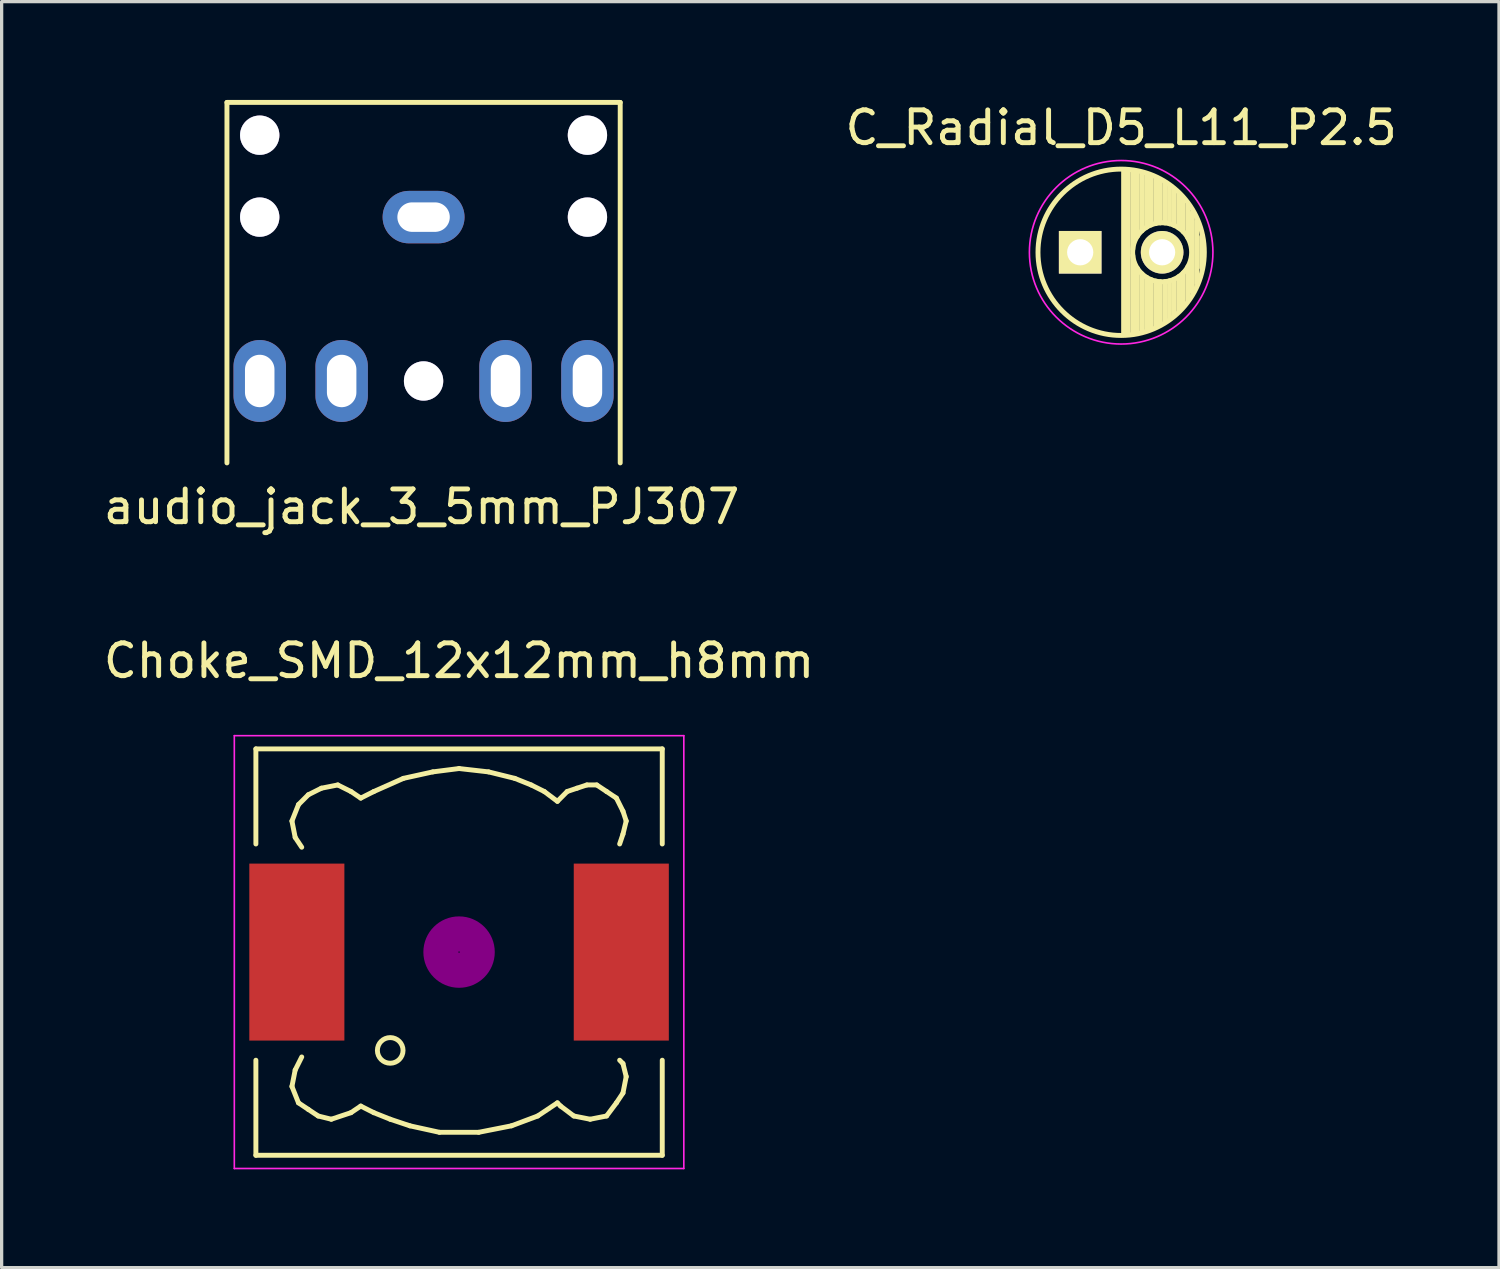
<source format=kicad_pcb>
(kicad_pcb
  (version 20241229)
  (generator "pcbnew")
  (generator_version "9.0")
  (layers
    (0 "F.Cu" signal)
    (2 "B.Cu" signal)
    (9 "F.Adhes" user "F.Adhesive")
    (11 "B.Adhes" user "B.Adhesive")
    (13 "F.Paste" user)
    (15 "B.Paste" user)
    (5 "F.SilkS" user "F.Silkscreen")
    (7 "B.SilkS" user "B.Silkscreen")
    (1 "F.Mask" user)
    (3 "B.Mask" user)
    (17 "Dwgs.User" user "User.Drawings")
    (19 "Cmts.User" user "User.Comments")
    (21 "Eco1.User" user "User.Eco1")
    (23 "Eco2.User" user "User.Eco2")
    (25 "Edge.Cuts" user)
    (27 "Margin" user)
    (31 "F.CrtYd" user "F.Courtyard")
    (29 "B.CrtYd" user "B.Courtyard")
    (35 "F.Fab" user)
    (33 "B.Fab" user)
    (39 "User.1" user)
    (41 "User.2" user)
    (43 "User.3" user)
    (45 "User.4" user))
  (footprint "audio_jack_3_5mm_PJ307"
    (layer "F.Cu")
    (at 9.875 3.575)
    (property "Reference" "audio_jack_3_5mm_PJ307" (at -0.06 8.84 0) (layer "F.SilkS") (effects (font (size 1 1) (thickness 0.15))))
    (attr through_hole)
    (fp_line (start -6 -3.5) (end -6 7.5) (stroke (width 0.15) (type solid)) (layer "F.SilkS"))
    (fp_line (start -6 -3.5) (end 6 -3.5) (stroke (width 0.15) (type solid)) (layer "F.SilkS"))
    (fp_line (start 6 -3.5) (end 6 7.5) (stroke (width 0.15) (type solid)) (layer "F.SilkS"))
    (pad "1" thru_hole oval (at 0 0) (size 2.5 1.6) (drill oval 1.6 0.9) (layers "*.Cu" "*.Mask"))
    (pad "2" thru_hole oval (at 5 5) (size 1.6 2.5) (drill oval 0.9 1.6) (layers "*.Cu" "*.Mask"))
    (pad "3" thru_hole oval (at 2.5 5) (size 1.6 2.5) (drill oval 0.9 1.6) (layers "*.Cu" "*.Mask"))
    (pad "4" thru_hole oval (at -2.5 5) (size 1.6 2.5) (drill oval 0.9 1.6) (layers "*.Cu" "*.Mask"))
    (pad "5" thru_hole oval (at -5 5) (size 1.6 2.5) (drill oval 0.9 1.6) (layers "*.Cu" "*.Mask"))
    (pad "6" thru_hole oval (at 0 5) (size 1.2 1.2) (drill oval 1.2) (layers "*.Cu" "*.Mask"))
    (pad "7" thru_hole oval (at 5 0) (size 1.2 1.2) (drill oval 1.2) (layers "*.Cu" "*.Mask"))
    (pad "8" thru_hole oval (at -5 0) (size 1.2 1.2) (drill oval 1.2) (layers "*.Cu" "*.Mask"))
    (pad "9" thru_hole oval (at 5 -2.5) (size 1.2 1.2) (drill oval 1.2) (layers "*.Cu" "*.Mask"))
    (pad "10" thru_hole oval (at -5 -2.5) (size 1.2 1.2) (drill oval 1.2) (layers "*.Cu" "*.Mask")))
  (footprint "Choke_SMD_12x12mm_h8mm"
    (layer "F.Cu")
    (at 10.958 26.002)
    (property "Reference" "Choke_SMD_12x12mm_h8mm" (at 0 -8.89 0) (layer "F.SilkS") (effects (font (size 1 1) (thickness 0.15))))
    (attr smd)
    (fp_line (start -6.2 -6.2) (end -6.2 -3.299) (stroke (width 0.15) (type solid)) (layer "F.SilkS"))
    (fp_line (start -6.2 3.299) (end -6.2 6.2) (stroke (width 0.15) (type solid)) (layer "F.SilkS"))
    (fp_line (start -6.2 6.2) (end 6.2 6.2) (stroke (width 0.15) (type solid)) (layer "F.SilkS"))
    (fp_line (start -5.1 -4) (end -5.001 -3.5) (stroke (width 0.15) (type solid)) (layer "F.SilkS"))
    (fp_line (start -5.1 4.1) (end -5.001 3.599) (stroke (width 0.15) (type solid)) (layer "F.SilkS"))
    (fp_line (start -5.001 -3.5) (end -4.801 -3.2) (stroke (width 0.15) (type solid)) (layer "F.SilkS"))
    (fp_line (start -5.001 3.599) (end -4.801 3.2) (stroke (width 0.15) (type solid)) (layer "F.SilkS"))
    (fp_line (start -4.9 -4.501) (end -5.1 -4) (stroke (width 0.15) (type solid)) (layer "F.SilkS"))
    (fp_line (start -4.9 4.6) (end -5.1 4.1) (stroke (width 0.15) (type solid)) (layer "F.SilkS"))
    (fp_line (start -4.6 -4.801) (end -4.9 -4.501) (stroke (width 0.15) (type solid)) (layer "F.SilkS"))
    (fp_line (start -4.6 4.801) (end -4.9 4.6) (stroke (width 0.15) (type solid)) (layer "F.SilkS"))
    (fp_line (start -4.3 5.001) (end -4.6 4.801) (stroke (width 0.15) (type solid)) (layer "F.SilkS"))
    (fp_line (start -4.201 -5.001) (end -4.6 -4.801) (stroke (width 0.15) (type solid)) (layer "F.SilkS"))
    (fp_line (start -3.899 5.1) (end -4.3 5.001) (stroke (width 0.15) (type solid)) (layer "F.SilkS"))
    (fp_line (start -3.701 -5.1) (end -4.201 -5.001) (stroke (width 0.15) (type solid)) (layer "F.SilkS"))
    (fp_line (start -3.299 -4.9) (end -3.701 -5.1) (stroke (width 0.15) (type solid)) (layer "F.SilkS"))
    (fp_line (start -3.299 4.9) (end -3.899 5.1) (stroke (width 0.15) (type solid)) (layer "F.SilkS"))
    (fp_line (start -3 -4.699) (end -3.299 -4.9) (stroke (width 0.15) (type solid)) (layer "F.SilkS"))
    (fp_line (start -3 4.699) (end -3.299 4.9) (stroke (width 0.15) (type solid)) (layer "F.SilkS"))
    (fp_line (start -2.601 -4.9) (end -3 -4.699) (stroke (width 0.15) (type solid)) (layer "F.SilkS"))
    (fp_line (start -2.601 4.9) (end -3 4.699) (stroke (width 0.15) (type solid)) (layer "F.SilkS"))
    (fp_line (start -2.101 5.1) (end -2.601 4.9) (stroke (width 0.15) (type solid)) (layer "F.SilkS"))
    (fp_line (start -1.699 -5.301) (end -2.601 -4.9) (stroke (width 0.15) (type solid)) (layer "F.SilkS"))
    (fp_line (start -1.501 5.301) (end -2.101 5.1) (stroke (width 0.15) (type solid)) (layer "F.SilkS"))
    (fp_line (start -0.8 -5.499) (end -1.699 -5.301) (stroke (width 0.15) (type solid)) (layer "F.SilkS"))
    (fp_line (start -0.599 5.499) (end -1.501 5.301) (stroke (width 0.15) (type solid)) (layer "F.SilkS"))
    (fp_line (start 0 -5.601) (end -0.8 -5.499) (stroke (width 0.15) (type solid)) (layer "F.SilkS"))
    (fp_line (start 0.599 5.499) (end -0.599 5.499) (stroke (width 0.15) (type solid)) (layer "F.SilkS"))
    (fp_line (start 0.899 -5.499) (end 0 -5.601) (stroke (width 0.15) (type solid)) (layer "F.SilkS"))
    (fp_line (start 1.6 5.301) (end 0.599 5.499) (stroke (width 0.15) (type solid)) (layer "F.SilkS"))
    (fp_line (start 1.699 -5.301) (end 0.899 -5.499) (stroke (width 0.15) (type solid)) (layer "F.SilkS"))
    (fp_line (start 2.2 -5.1) (end 1.699 -5.301) (stroke (width 0.15) (type solid)) (layer "F.SilkS"))
    (fp_line (start 2.4 5.001) (end 1.6 5.301) (stroke (width 0.15) (type solid)) (layer "F.SilkS"))
    (fp_line (start 2.601 -4.9) (end 2.2 -5.1) (stroke (width 0.15) (type solid)) (layer "F.SilkS"))
    (fp_line (start 3 -4.6) (end 2.601 -4.9) (stroke (width 0.15) (type solid)) (layer "F.SilkS"))
    (fp_line (start 3 4.6) (end 2.4 5.001) (stroke (width 0.15) (type solid)) (layer "F.SilkS"))
    (fp_line (start 3.099 4.699) (end 3 4.6) (stroke (width 0.15) (type solid)) (layer "F.SilkS"))
    (fp_line (start 3.299 -4.9) (end 3 -4.6) (stroke (width 0.15) (type solid)) (layer "F.SilkS"))
    (fp_line (start 3.5 5.001) (end 3.099 4.699) (stroke (width 0.15) (type solid)) (layer "F.SilkS"))
    (fp_line (start 3.599 -5.001) (end 3.299 -4.9) (stroke (width 0.15) (type solid)) (layer "F.SilkS"))
    (fp_line (start 3.899 -5.1) (end 3.599 -5.001) (stroke (width 0.15) (type solid)) (layer "F.SilkS"))
    (fp_line (start 4 5.1) (end 3.5 5.001) (stroke (width 0.15) (type solid)) (layer "F.SilkS"))
    (fp_line (start 4.201 -5.1) (end 3.899 -5.1) (stroke (width 0.15) (type solid)) (layer "F.SilkS"))
    (fp_line (start 4.501 -4.9) (end 4.201 -5.1) (stroke (width 0.15) (type solid)) (layer "F.SilkS"))
    (fp_line (start 4.501 5.001) (end 4 5.1) (stroke (width 0.15) (type solid)) (layer "F.SilkS"))
    (fp_line (start 4.801 -4.699) (end 4.501 -4.9) (stroke (width 0.15) (type solid)) (layer "F.SilkS"))
    (fp_line (start 4.801 4.6) (end 4.501 5.001) (stroke (width 0.15) (type solid)) (layer "F.SilkS"))
    (fp_line (start 4.9 -3.299) (end 5.001 -3.599) (stroke (width 0.15) (type solid)) (layer "F.SilkS"))
    (fp_line (start 4.9 3.299) (end 5.001 3.401) (stroke (width 0.15) (type solid)) (layer "F.SilkS"))
    (fp_line (start 5.001 -4.3) (end 4.801 -4.699) (stroke (width 0.15) (type solid)) (layer "F.SilkS"))
    (fp_line (start 5.001 -3.599) (end 5.1 -4) (stroke (width 0.15) (type solid)) (layer "F.SilkS"))
    (fp_line (start 5.001 3.401) (end 5.1 3.8) (stroke (width 0.15) (type solid)) (layer "F.SilkS"))
    (fp_line (start 5.001 4.3) (end 4.801 4.6) (stroke (width 0.15) (type solid)) (layer "F.SilkS"))
    (fp_line (start 5.1 -4) (end 5.001 -4.3) (stroke (width 0.15) (type solid)) (layer "F.SilkS"))
    (fp_line (start 5.1 3.8) (end 5.001 4.3) (stroke (width 0.15) (type solid)) (layer "F.SilkS"))
    (fp_line (start 6.2 -6.2) (end -6.2 -6.2) (stroke (width 0.15) (type solid)) (layer "F.SilkS"))
    (fp_line (start 6.2 -6.2) (end 6.2 -3.299) (stroke (width 0.15) (type solid)) (layer "F.SilkS"))
    (fp_line (start 6.2 6.2) (end 6.2 3.299) (stroke (width 0.15) (type solid)) (layer "F.SilkS"))
    (fp_circle (center -2.101 3) (end -1.801 3.251) (stroke (width 0.15) (type solid)) (fill no) (layer "F.SilkS"))
    (fp_circle (center 0 0) (end 0.15 0.15) (stroke (width 0.381) (type solid)) (fill no) (layer "F.Adhes"))
    (fp_circle (center 0 0) (end 0.551 0) (stroke (width 0.381) (type solid)) (fill no) (layer "F.Adhes"))
    (fp_circle (center 0 0) (end 0.899 0) (stroke (width 0.381) (type solid)) (fill no) (layer "F.Adhes"))
    (fp_line (start -6.858 -6.604) (end 6.858 -6.604) (stroke (width 0.05) (type solid)) (layer "F.CrtYd"))
    (fp_line (start -6.858 6.604) (end -6.858 -6.604) (stroke (width 0.05) (type solid)) (layer "F.CrtYd"))
    (fp_line (start 6.858 -6.604) (end 6.858 6.604) (stroke (width 0.05) (type solid)) (layer "F.CrtYd"))
    (fp_line (start 6.858 6.604) (end -6.858 6.604) (stroke (width 0.05) (type solid)) (layer "F.CrtYd"))
    (pad "1" smd rect (at -4.95 0) (size 2.901 5.4) (layers "F.Cu" "F.Mask" "F.Paste"))
    (pad "2" smd rect (at 4.95 0) (size 2.901 5.4) (layers "F.Cu" "F.Mask" "F.Paste")))
  (footprint "C_Radial_D5_L11_P2.5"
    (layer "F.Cu")
    (at 29.911 4.648)
    (property "Reference" "C_Radial_D5_L11_P2.5" (at 1.25 -3.8 0) (layer "F.SilkS") (effects (font (size 1 1) (thickness 0.15))))
    (attr through_hole)
    (fp_line (start 1.325 -2.499) (end 1.325 2.499) (stroke (width 0.15) (type solid)) (layer "F.SilkS"))
    (fp_line (start 1.465 -2.491) (end 1.465 2.491) (stroke (width 0.15) (type solid)) (layer "F.SilkS"))
    (fp_line (start 1.605 -2.475) (end 1.605 -0.095) (stroke (width 0.15) (type solid)) (layer "F.SilkS"))
    (fp_line (start 1.605 0.095) (end 1.605 2.475) (stroke (width 0.15) (type solid)) (layer "F.SilkS"))
    (fp_line (start 1.745 -2.451) (end 1.745 -0.49) (stroke (width 0.15) (type solid)) (layer "F.SilkS"))
    (fp_line (start 1.745 0.49) (end 1.745 2.451) (stroke (width 0.15) (type solid)) (layer "F.SilkS"))
    (fp_line (start 1.885 -2.418) (end 1.885 -0.657) (stroke (width 0.15) (type solid)) (layer "F.SilkS"))
    (fp_line (start 1.885 0.657) (end 1.885 2.418) (stroke (width 0.15) (type solid)) (layer "F.SilkS"))
    (fp_line (start 2.025 -2.377) (end 2.025 -0.764) (stroke (width 0.15) (type solid)) (layer "F.SilkS"))
    (fp_line (start 2.025 0.764) (end 2.025 2.377) (stroke (width 0.15) (type solid)) (layer "F.SilkS"))
    (fp_line (start 2.165 -2.327) (end 2.165 -0.835) (stroke (width 0.15) (type solid)) (layer "F.SilkS"))
    (fp_line (start 2.165 0.835) (end 2.165 2.327) (stroke (width 0.15) (type solid)) (layer "F.SilkS"))
    (fp_line (start 2.305 -2.266) (end 2.305 -0.879) (stroke (width 0.15) (type solid)) (layer "F.SilkS"))
    (fp_line (start 2.305 0.879) (end 2.305 2.266) (stroke (width 0.15) (type solid)) (layer "F.SilkS"))
    (fp_line (start 2.445 -2.196) (end 2.445 -0.898) (stroke (width 0.15) (type solid)) (layer "F.SilkS"))
    (fp_line (start 2.445 0.898) (end 2.445 2.196) (stroke (width 0.15) (type solid)) (layer "F.SilkS"))
    (fp_line (start 2.585 -2.114) (end 2.585 -0.896) (stroke (width 0.15) (type solid)) (layer "F.SilkS"))
    (fp_line (start 2.585 0.896) (end 2.585 2.114) (stroke (width 0.15) (type solid)) (layer "F.SilkS"))
    (fp_line (start 2.725 -2.019) (end 2.725 -0.871) (stroke (width 0.15) (type solid)) (layer "F.SilkS"))
    (fp_line (start 2.725 0.871) (end 2.725 2.019) (stroke (width 0.15) (type solid)) (layer "F.SilkS"))
    (fp_line (start 2.865 -1.908) (end 2.865 -0.823) (stroke (width 0.15) (type solid)) (layer "F.SilkS"))
    (fp_line (start 2.865 0.823) (end 2.865 1.908) (stroke (width 0.15) (type solid)) (layer "F.SilkS"))
    (fp_line (start 3.005 -1.78) (end 3.005 -0.745) (stroke (width 0.15) (type solid)) (layer "F.SilkS"))
    (fp_line (start 3.005 0.745) (end 3.005 1.78) (stroke (width 0.15) (type solid)) (layer "F.SilkS"))
    (fp_line (start 3.145 -1.631) (end 3.145 -0.628) (stroke (width 0.15) (type solid)) (layer "F.SilkS"))
    (fp_line (start 3.145 0.628) (end 3.145 1.631) (stroke (width 0.15) (type solid)) (layer "F.SilkS"))
    (fp_line (start 3.285 -1.452) (end 3.285 -0.44) (stroke (width 0.15) (type solid)) (layer "F.SilkS"))
    (fp_line (start 3.285 0.44) (end 3.285 1.452) (stroke (width 0.15) (type solid)) (layer "F.SilkS"))
    (fp_line (start 3.425 -1.233) (end 3.425 1.233) (stroke (width 0.15) (type solid)) (layer "F.SilkS"))
    (fp_line (start 3.565 -0.944) (end 3.565 0.944) (stroke (width 0.15) (type solid)) (layer "F.SilkS"))
    (fp_line (start 3.705 -0.472) (end 3.705 0.472) (stroke (width 0.15) (type solid)) (layer "F.SilkS"))
    (fp_circle (center 1.25 0) (end 1.25 -2.538) (stroke (width 0.15) (type solid)) (fill no) (layer "F.SilkS"))
    (fp_circle (center 2.5 0) (end 2.5 -0.9) (stroke (width 0.15) (type solid)) (fill no) (layer "F.SilkS"))
    (fp_circle (center 1.25 0) (end 1.25 -2.8) (stroke (width 0.05) (type solid)) (fill no) (layer "F.CrtYd"))
    (pad "1" thru_hole rect (at 0 0) (size 1.3 1.3) (drill 0.8) (layers "*.Cu" "*.Mask" "F.SilkS"))
    (pad "2" thru_hole circle (at 2.5 0) (size 1.3 1.3) (drill 0.8) (layers "*.Cu" "*.Mask" "F.SilkS")))
  (gr_rect
    (start -3 -3)
    (end 42.69 35.63)
    (stroke (width 0.1) (type default))
    (fill no)
    (layer "Edge.Cuts")))
</source>
